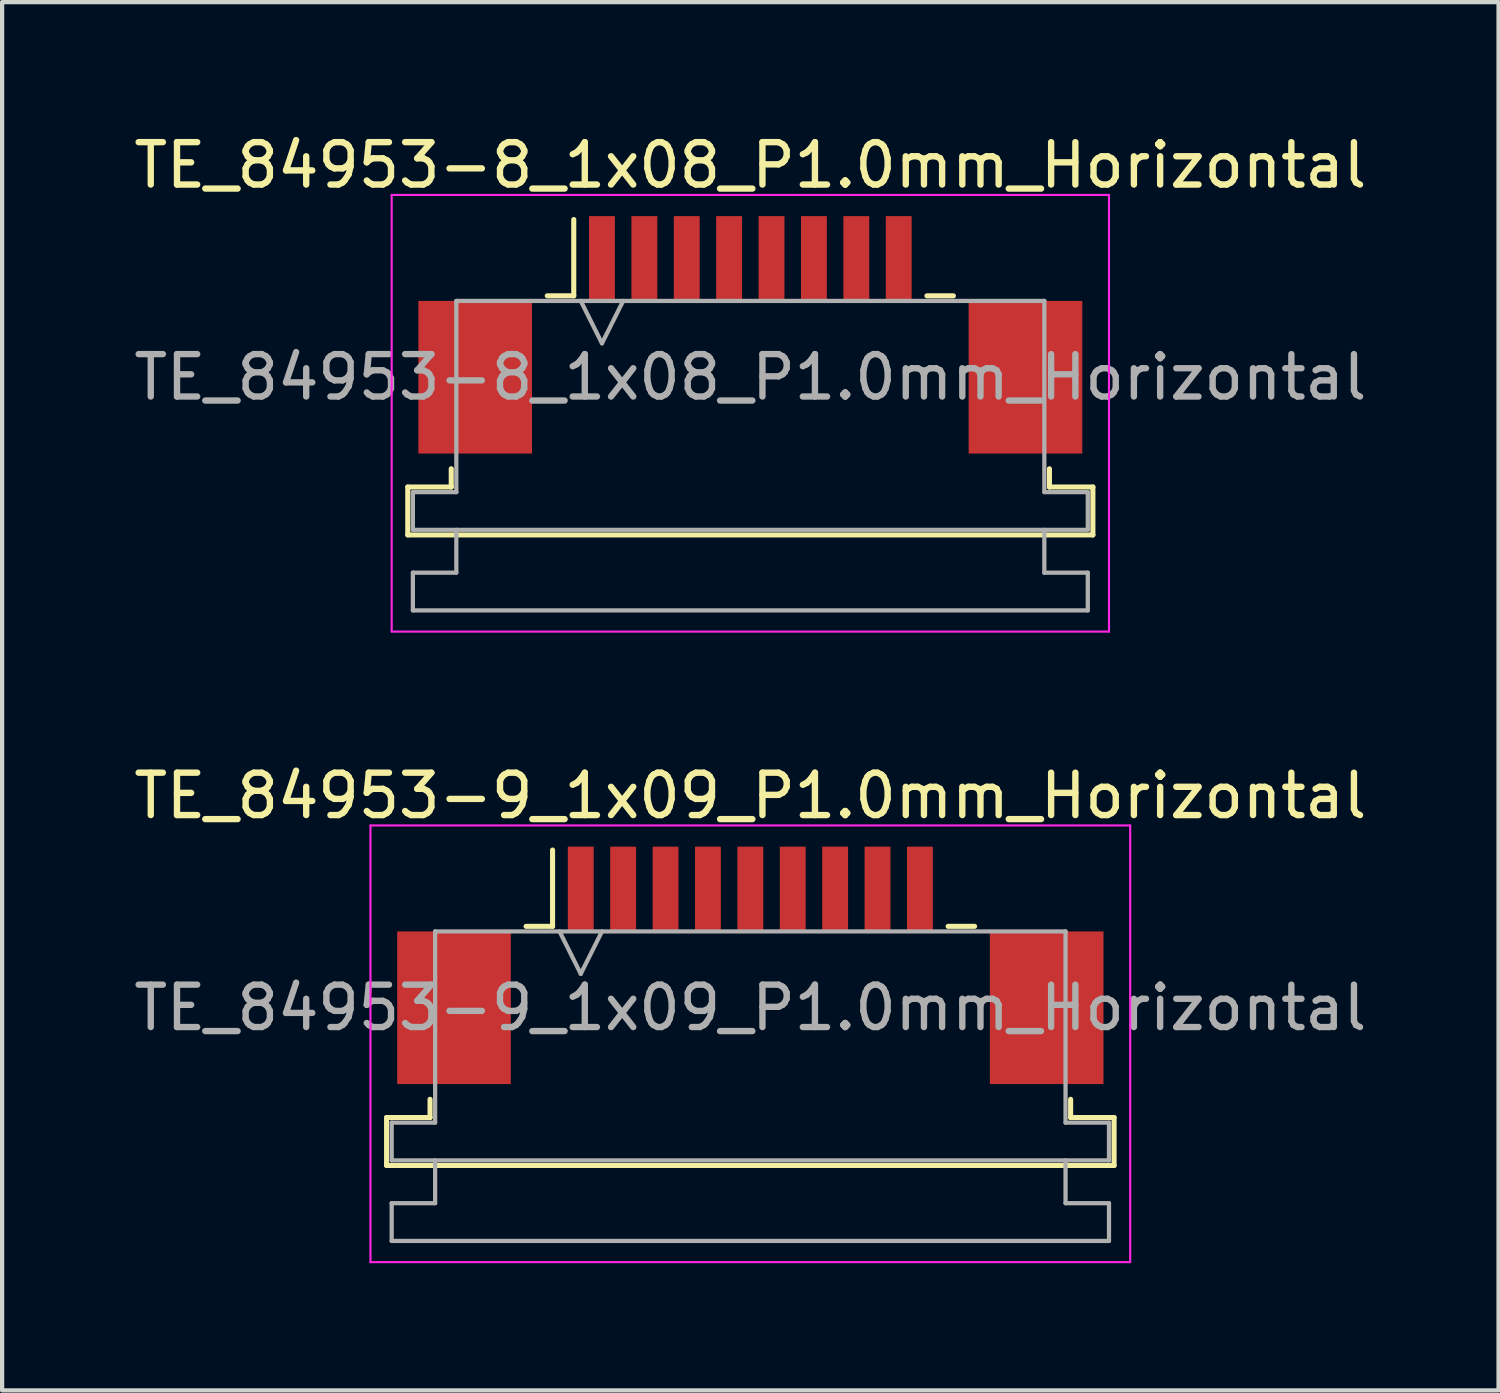
<source format=kicad_pcb>
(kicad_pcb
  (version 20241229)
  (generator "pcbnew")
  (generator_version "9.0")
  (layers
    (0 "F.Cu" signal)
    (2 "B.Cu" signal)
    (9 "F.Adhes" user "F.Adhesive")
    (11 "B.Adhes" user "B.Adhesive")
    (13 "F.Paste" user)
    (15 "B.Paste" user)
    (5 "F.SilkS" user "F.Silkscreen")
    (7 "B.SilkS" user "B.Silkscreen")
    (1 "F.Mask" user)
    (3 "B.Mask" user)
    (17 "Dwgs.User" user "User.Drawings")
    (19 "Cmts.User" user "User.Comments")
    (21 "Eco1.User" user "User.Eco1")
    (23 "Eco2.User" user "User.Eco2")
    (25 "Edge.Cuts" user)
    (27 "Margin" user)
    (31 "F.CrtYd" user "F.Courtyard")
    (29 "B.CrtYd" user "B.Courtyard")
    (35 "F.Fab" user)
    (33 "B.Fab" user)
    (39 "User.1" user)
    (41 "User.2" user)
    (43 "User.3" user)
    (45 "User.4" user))
  (footprint "TE_84953-8_1x08_P1.0mm_Horizontal"
    (layer "F.Cu")
    (at 14.649 4.848)
    (property "Reference" "TE_84953-8_1x08_P1.0mm_Horizontal" (at 0 -4 0) (layer "F.SilkS") (effects (font (size 1 1) (thickness 0.15))))
    (attr smd)
    (fp_line (start -8.08 3.59) (end -7.055 3.59) (stroke (width 0.12) (type solid)) (layer "F.SilkS"))
    (fp_line (start -8.08 4.72) (end -8.08 3.59) (stroke (width 0.12) (type solid)) (layer "F.SilkS"))
    (fp_line (start -7.055 3.59) (end -7.055 3.16) (stroke (width 0.12) (type solid)) (layer "F.SilkS"))
    (fp_line (start -4.79 -0.92) (end -4.165 -0.92) (stroke (width 0.12) (type solid)) (layer "F.SilkS"))
    (fp_line (start -4.165 -0.92) (end -4.165 -2.72) (stroke (width 0.12) (type solid)) (layer "F.SilkS"))
    (fp_line (start 4.165 -0.92) (end 4.79 -0.92) (stroke (width 0.12) (type solid)) (layer "F.SilkS"))
    (fp_line (start 7.055 3.16) (end 7.055 3.59) (stroke (width 0.12) (type solid)) (layer "F.SilkS"))
    (fp_line (start 7.055 3.59) (end 8.08 3.59) (stroke (width 0.12) (type solid)) (layer "F.SilkS"))
    (fp_line (start 8.08 3.59) (end 8.08 4.72) (stroke (width 0.12) (type solid)) (layer "F.SilkS"))
    (fp_line (start 8.08 4.72) (end -8.08 4.72) (stroke (width 0.12) (type solid)) (layer "F.SilkS"))
    (fp_line (start -8.46 -3.3) (end -8.46 7) (stroke (width 0.05) (type solid)) (layer "F.CrtYd"))
    (fp_line (start -8.46 7) (end 8.46 7) (stroke (width 0.05) (type solid)) (layer "F.CrtYd"))
    (fp_line (start 8.46 -3.3) (end -8.46 -3.3) (stroke (width 0.05) (type solid)) (layer "F.CrtYd"))
    (fp_line (start 8.46 7) (end 8.46 -3.3) (stroke (width 0.05) (type solid)) (layer "F.CrtYd"))
    (fp_line (start -7.96 3.71) (end -6.935 3.71) (stroke (width 0.1) (type solid)) (layer "F.Fab"))
    (fp_line (start -7.96 4.6) (end -7.96 3.71) (stroke (width 0.1) (type solid)) (layer "F.Fab"))
    (fp_line (start -7.96 5.61) (end -6.935 5.61) (stroke (width 0.1) (type solid)) (layer "F.Fab"))
    (fp_line (start -7.96 6.5) (end -7.96 5.61) (stroke (width 0.1) (type solid)) (layer "F.Fab"))
    (fp_line (start -6.935 -0.8) (end 6.935 -0.8) (stroke (width 0.1) (type solid)) (layer "F.Fab"))
    (fp_line (start -6.935 3.71) (end -6.935 -0.8) (stroke (width 0.1) (type solid)) (layer "F.Fab"))
    (fp_line (start -6.935 5.61) (end -6.935 4.6) (stroke (width 0.1) (type solid)) (layer "F.Fab"))
    (fp_line (start -4 -0.8) (end -3.5 0.2) (stroke (width 0.1) (type solid)) (layer "F.Fab"))
    (fp_line (start -3.5 0.2) (end -3 -0.8) (stroke (width 0.1) (type solid)) (layer "F.Fab"))
    (fp_line (start 6.935 -0.8) (end 6.935 3.71) (stroke (width 0.1) (type solid)) (layer "F.Fab"))
    (fp_line (start 6.935 3.71) (end 7.96 3.71) (stroke (width 0.1) (type solid)) (layer "F.Fab"))
    (fp_line (start 6.935 4.6) (end 6.935 5.61) (stroke (width 0.1) (type solid)) (layer "F.Fab"))
    (fp_line (start 6.935 5.61) (end 7.96 5.61) (stroke (width 0.1) (type solid)) (layer "F.Fab"))
    (fp_line (start 7.96 3.71) (end 7.96 4.6) (stroke (width 0.1) (type solid)) (layer "F.Fab"))
    (fp_line (start 7.96 4.6) (end -7.96 4.6) (stroke (width 0.1) (type solid)) (layer "F.Fab"))
    (fp_line (start 7.96 5.61) (end 7.96 6.5) (stroke (width 0.1) (type solid)) (layer "F.Fab"))
    (fp_line (start 7.96 6.5) (end -7.96 6.5) (stroke (width 0.1) (type solid)) (layer "F.Fab"))
    (fp_text user "${REFERENCE}" (at 0 1 0) (layer "F.Fab") (effects (font (size 1 1) (thickness 0.15))))
    (pad "" smd rect (at -6.49 1) (size 2.68 3.6) (layers "F.Cu" "F.Mask" "F.Paste"))
    (pad "" smd rect (at 6.49 1) (size 2.68 3.6) (layers "F.Cu" "F.Mask" "F.Paste"))
    (pad "1" smd rect (at -3.5 -1.8) (size 0.61 2) (layers "F.Cu" "F.Mask" "F.Paste"))
    (pad "2" smd rect (at -2.5 -1.8) (size 0.61 2) (layers "F.Cu" "F.Mask" "F.Paste"))
    (pad "3" smd rect (at -1.5 -1.8) (size 0.61 2) (layers "F.Cu" "F.Mask" "F.Paste"))
    (pad "4" smd rect (at -0.5 -1.8) (size 0.61 2) (layers "F.Cu" "F.Mask" "F.Paste"))
    (pad "5" smd rect (at 0.5 -1.8) (size 0.61 2) (layers "F.Cu" "F.Mask" "F.Paste"))
    (pad "6" smd rect (at 1.5 -1.8) (size 0.61 2) (layers "F.Cu" "F.Mask" "F.Paste"))
    (pad "7" smd rect (at 2.5 -1.8) (size 0.61 2) (layers "F.Cu" "F.Mask" "F.Paste"))
    (pad "8" smd rect (at 3.5 -1.8) (size 0.61 2) (layers "F.Cu" "F.Mask" "F.Paste")))
  (footprint "TE_84953-9_1x09_P1.0mm_Horizontal"
    (layer "F.Cu")
    (at 14.649 19.721)
    (property "Reference" "TE_84953-9_1x09_P1.0mm_Horizontal" (at 0 -4 0) (layer "F.SilkS") (effects (font (size 1 1) (thickness 0.15))))
    (attr smd)
    (fp_line (start -8.58 3.59) (end -7.555 3.59) (stroke (width 0.12) (type solid)) (layer "F.SilkS"))
    (fp_line (start -8.58 4.72) (end -8.58 3.59) (stroke (width 0.12) (type solid)) (layer "F.SilkS"))
    (fp_line (start -7.555 3.59) (end -7.555 3.16) (stroke (width 0.12) (type solid)) (layer "F.SilkS"))
    (fp_line (start -5.29 -0.92) (end -4.665 -0.92) (stroke (width 0.12) (type solid)) (layer "F.SilkS"))
    (fp_line (start -4.665 -0.92) (end -4.665 -2.72) (stroke (width 0.12) (type solid)) (layer "F.SilkS"))
    (fp_line (start 4.665 -0.92) (end 5.29 -0.92) (stroke (width 0.12) (type solid)) (layer "F.SilkS"))
    (fp_line (start 7.555 3.16) (end 7.555 3.59) (stroke (width 0.12) (type solid)) (layer "F.SilkS"))
    (fp_line (start 7.555 3.59) (end 8.58 3.59) (stroke (width 0.12) (type solid)) (layer "F.SilkS"))
    (fp_line (start 8.58 3.59) (end 8.58 4.72) (stroke (width 0.12) (type solid)) (layer "F.SilkS"))
    (fp_line (start 8.58 4.72) (end -8.58 4.72) (stroke (width 0.12) (type solid)) (layer "F.SilkS"))
    (fp_line (start -8.96 -3.3) (end -8.96 7) (stroke (width 0.05) (type solid)) (layer "F.CrtYd"))
    (fp_line (start -8.96 7) (end 8.96 7) (stroke (width 0.05) (type solid)) (layer "F.CrtYd"))
    (fp_line (start 8.96 -3.3) (end -8.96 -3.3) (stroke (width 0.05) (type solid)) (layer "F.CrtYd"))
    (fp_line (start 8.96 7) (end 8.96 -3.3) (stroke (width 0.05) (type solid)) (layer "F.CrtYd"))
    (fp_line (start -8.46 3.71) (end -7.435 3.71) (stroke (width 0.1) (type solid)) (layer "F.Fab"))
    (fp_line (start -8.46 4.6) (end -8.46 3.71) (stroke (width 0.1) (type solid)) (layer "F.Fab"))
    (fp_line (start -8.46 5.61) (end -7.435 5.61) (stroke (width 0.1) (type solid)) (layer "F.Fab"))
    (fp_line (start -8.46 6.5) (end -8.46 5.61) (stroke (width 0.1) (type solid)) (layer "F.Fab"))
    (fp_line (start -7.435 -0.8) (end 7.435 -0.8) (stroke (width 0.1) (type solid)) (layer "F.Fab"))
    (fp_line (start -7.435 3.71) (end -7.435 -0.8) (stroke (width 0.1) (type solid)) (layer "F.Fab"))
    (fp_line (start -7.435 5.61) (end -7.435 4.6) (stroke (width 0.1) (type solid)) (layer "F.Fab"))
    (fp_line (start -4.5 -0.8) (end -4 0.2) (stroke (width 0.1) (type solid)) (layer "F.Fab"))
    (fp_line (start -4 0.2) (end -3.5 -0.8) (stroke (width 0.1) (type solid)) (layer "F.Fab"))
    (fp_line (start 7.435 -0.8) (end 7.435 3.71) (stroke (width 0.1) (type solid)) (layer "F.Fab"))
    (fp_line (start 7.435 3.71) (end 8.46 3.71) (stroke (width 0.1) (type solid)) (layer "F.Fab"))
    (fp_line (start 7.435 4.6) (end 7.435 5.61) (stroke (width 0.1) (type solid)) (layer "F.Fab"))
    (fp_line (start 7.435 5.61) (end 8.46 5.61) (stroke (width 0.1) (type solid)) (layer "F.Fab"))
    (fp_line (start 8.46 3.71) (end 8.46 4.6) (stroke (width 0.1) (type solid)) (layer "F.Fab"))
    (fp_line (start 8.46 4.6) (end -8.46 4.6) (stroke (width 0.1) (type solid)) (layer "F.Fab"))
    (fp_line (start 8.46 5.61) (end 8.46 6.5) (stroke (width 0.1) (type solid)) (layer "F.Fab"))
    (fp_line (start 8.46 6.5) (end -8.46 6.5) (stroke (width 0.1) (type solid)) (layer "F.Fab"))
    (fp_text user "${REFERENCE}" (at 0 1 0) (layer "F.Fab") (effects (font (size 1 1) (thickness 0.15))))
    (pad "" smd rect (at -6.99 1) (size 2.68 3.6) (layers "F.Cu" "F.Mask" "F.Paste"))
    (pad "" smd rect (at 6.99 1) (size 2.68 3.6) (layers "F.Cu" "F.Mask" "F.Paste"))
    (pad "1" smd rect (at -4 -1.8) (size 0.61 2) (layers "F.Cu" "F.Mask" "F.Paste"))
    (pad "2" smd rect (at -3 -1.8) (size 0.61 2) (layers "F.Cu" "F.Mask" "F.Paste"))
    (pad "3" smd rect (at -2 -1.8) (size 0.61 2) (layers "F.Cu" "F.Mask" "F.Paste"))
    (pad "4" smd rect (at -1 -1.8) (size 0.61 2) (layers "F.Cu" "F.Mask" "F.Paste"))
    (pad "5" smd rect (at 0 -1.8) (size 0.61 2) (layers "F.Cu" "F.Mask" "F.Paste"))
    (pad "6" smd rect (at 1 -1.8) (size 0.61 2) (layers "F.Cu" "F.Mask" "F.Paste"))
    (pad "7" smd rect (at 2 -1.8) (size 0.61 2) (layers "F.Cu" "F.Mask" "F.Paste"))
    (pad "8" smd rect (at 3 -1.8) (size 0.61 2) (layers "F.Cu" "F.Mask" "F.Paste"))
    (pad "9" smd rect (at 4 -1.8) (size 0.61 2) (layers "F.Cu" "F.Mask" "F.Paste")))
  (gr_rect
    (start -3 -3)
    (end 32.298 29.747)
    (stroke (width 0.1) (type default))
    (fill no)
    (layer "Edge.Cuts")))
</source>
